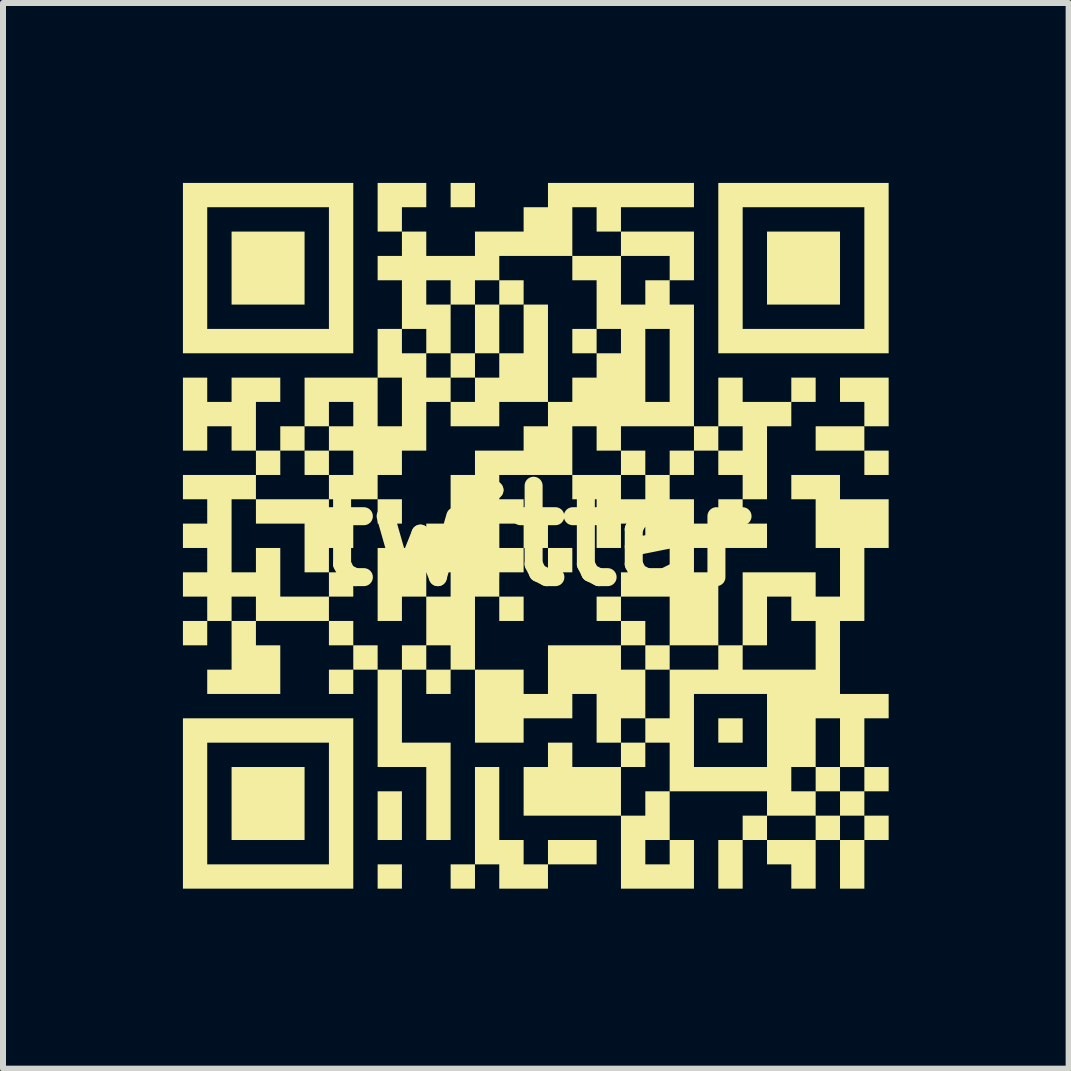
<source format=kicad_pcb>
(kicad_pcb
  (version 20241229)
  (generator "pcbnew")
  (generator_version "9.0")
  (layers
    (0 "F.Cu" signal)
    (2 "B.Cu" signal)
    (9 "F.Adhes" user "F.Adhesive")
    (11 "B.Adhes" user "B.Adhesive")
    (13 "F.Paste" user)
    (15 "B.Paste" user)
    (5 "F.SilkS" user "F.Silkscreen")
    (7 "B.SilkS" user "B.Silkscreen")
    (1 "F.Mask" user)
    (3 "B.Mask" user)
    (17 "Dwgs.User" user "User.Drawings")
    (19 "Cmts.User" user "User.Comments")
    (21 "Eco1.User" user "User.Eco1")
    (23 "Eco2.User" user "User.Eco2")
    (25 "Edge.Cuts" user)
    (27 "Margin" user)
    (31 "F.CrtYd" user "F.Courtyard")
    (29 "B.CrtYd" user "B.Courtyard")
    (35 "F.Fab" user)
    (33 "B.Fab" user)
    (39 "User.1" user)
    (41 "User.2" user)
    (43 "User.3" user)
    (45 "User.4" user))
  (footprint "twitter"
    (layer "F.Cu")
    (at 5.883 5.883)
    (property "Reference" "twitter" (at 0 0 0) (layer "F.SilkS") (effects (font (size 1.524 1.524) (thickness 0.3))))
    (attr board_only exclude_from_pos_files exclude_from_bom)
    (fp_poly (pts (xy -5.478 1.826) (xy -5.883 1.826) (xy -5.883 1.42) (xy -5.478 1.42)) (stroke (width 0) (type solid)) (fill yes) (layer "F.SilkS"))
    (fp_poly (pts (xy -4.26 -1.014) (xy -4.666 -1.014) (xy -4.666 -1.42) (xy -4.26 -1.42)) (stroke (width 0) (type solid)) (fill yes) (layer "F.SilkS"))
    (fp_poly (pts (xy -3.855 -3.855) (xy -5.072 -3.855) (xy -5.072 -5.072) (xy -3.855 -5.072)) (stroke (width 0) (type solid)) (fill yes) (layer "F.SilkS"))
    (fp_poly (pts (xy -3.855 -1.42) (xy -4.26 -1.42) (xy -4.26 -1.826) (xy -3.855 -1.826)) (stroke (width 0) (type solid)) (fill yes) (layer "F.SilkS"))
    (fp_poly (pts (xy -3.855 5.072) (xy -5.072 5.072) (xy -5.072 3.855) (xy -3.855 3.855)) (stroke (width 0) (type solid)) (fill yes) (layer "F.SilkS"))
    (fp_poly (pts (xy -3.449 -1.014) (xy -3.855 -1.014) (xy -3.855 -1.42) (xy -3.449 -1.42)) (stroke (width 0) (type solid)) (fill yes) (layer "F.SilkS"))
    (fp_poly (pts (xy -3.043 1.014) (xy -3.449 1.014) (xy -3.449 0.609) (xy -3.043 0.609)) (stroke (width 0) (type solid)) (fill yes) (layer "F.SilkS"))
    (fp_poly (pts (xy -3.043 1.826) (xy -3.449 1.826) (xy -3.449 1.42) (xy -3.043 1.42)) (stroke (width 0) (type solid)) (fill yes) (layer "F.SilkS"))
    (fp_poly (pts (xy -3.043 2.637) (xy -3.449 2.637) (xy -3.449 2.232) (xy -3.043 2.232)) (stroke (width 0) (type solid)) (fill yes) (layer "F.SilkS"))
    (fp_poly (pts (xy -2.637 2.232) (xy -3.043 2.232) (xy -3.043 1.826) (xy -2.637 1.826)) (stroke (width 0) (type solid)) (fill yes) (layer "F.SilkS"))
    (fp_poly (pts (xy -2.232 -0.203) (xy -2.637 -0.203) (xy -2.637 -0.609) (xy -2.232 -0.609)) (stroke (width 0) (type solid)) (fill yes) (layer "F.SilkS"))
    (fp_poly (pts (xy -2.232 5.072) (xy -2.637 5.072) (xy -2.637 4.26) (xy -2.232 4.26)) (stroke (width 0) (type solid)) (fill yes) (layer "F.SilkS"))
    (fp_poly (pts (xy -2.232 5.883) (xy -2.637 5.883) (xy -2.637 5.478) (xy -2.232 5.478)) (stroke (width 0) (type solid)) (fill yes) (layer "F.SilkS"))
    (fp_poly (pts (xy -1.014 -5.478) (xy -1.42 -5.478) (xy -1.42 -5.883) (xy -1.014 -5.883)) (stroke (width 0) (type solid)) (fill yes) (layer "F.SilkS"))
    (fp_poly (pts (xy -1.014 5.883) (xy -1.42 5.883) (xy -1.42 5.478) (xy -1.014 5.478)) (stroke (width 0) (type solid)) (fill yes) (layer "F.SilkS"))
    (fp_poly (pts (xy -0.203 1.42) (xy -0.609 1.42) (xy -0.609 1.014) (xy -0.203 1.014)) (stroke (width 0) (type solid)) (fill yes) (layer "F.SilkS"))
    (fp_poly (pts (xy 0.203 0.203) (xy -0.203 0.203) (xy -0.203 -0.203) (xy 0.203 -0.203)) (stroke (width 0) (type solid)) (fill yes) (layer "F.SilkS"))
    (fp_poly (pts (xy 0.609 0.609) (xy 0.203 0.609) (xy 0.203 0.203) (xy 0.609 0.203)) (stroke (width 0) (type solid)) (fill yes) (layer "F.SilkS"))
    (fp_poly (pts (xy 1.014 -3.043) (xy 0.609 -3.043) (xy 0.609 -3.449) (xy 1.014 -3.449)) (stroke (width 0) (type solid)) (fill yes) (layer "F.SilkS"))
    (fp_poly (pts (xy 1.014 5.478) (xy 0.203 5.478) (xy 0.203 5.072) (xy 1.014 5.072)) (stroke (width 0) (type solid)) (fill yes) (layer "F.SilkS"))
    (fp_poly (pts (xy 1.42 1.42) (xy 1.014 1.42) (xy 1.014 1.014) (xy 1.42 1.014)) (stroke (width 0) (type solid)) (fill yes) (layer "F.SilkS"))
    (fp_poly (pts (xy 1.826 -1.014) (xy 1.42 -1.014) (xy 1.42 -1.42) (xy 1.826 -1.42)) (stroke (width 0) (type solid)) (fill yes) (layer "F.SilkS"))
    (fp_poly (pts (xy 1.826 1.826) (xy 1.42 1.826) (xy 1.42 1.42) (xy 1.826 1.42)) (stroke (width 0) (type solid)) (fill yes) (layer "F.SilkS"))
    (fp_poly (pts (xy 2.232 2.232) (xy 1.826 2.232) (xy 1.826 1.826) (xy 2.232 1.826)) (stroke (width 0) (type solid)) (fill yes) (layer "F.SilkS"))
    (fp_poly (pts (xy 2.637 -1.014) (xy 2.232 -1.014) (xy 2.232 -1.42) (xy 2.637 -1.42)) (stroke (width 0) (type solid)) (fill yes) (layer "F.SilkS"))
    (fp_poly (pts (xy 3.449 3.449) (xy 3.043 3.449) (xy 3.043 3.043) (xy 3.449 3.043)) (stroke (width 0) (type solid)) (fill yes) (layer "F.SilkS"))
    (fp_poly (pts (xy 3.449 5.883) (xy 3.043 5.883) (xy 3.043 5.072) (xy 3.449 5.072)) (stroke (width 0) (type solid)) (fill yes) (layer "F.SilkS"))
    (fp_poly (pts (xy 4.666 -2.232) (xy 4.26 -2.232) (xy 4.26 -2.637) (xy 4.666 -2.637)) (stroke (width 0) (type solid)) (fill yes) (layer "F.SilkS"))
    (fp_poly (pts (xy 5.072 -3.855) (xy 3.855 -3.855) (xy 3.855 -5.072) (xy 5.072 -5.072)) (stroke (width 0) (type solid)) (fill yes) (layer "F.SilkS"))
    (fp_poly (pts (xy 5.072 4.26) (xy 4.666 4.26) (xy 4.666 3.855) (xy 5.072 3.855)) (stroke (width 0) (type solid)) (fill yes) (layer "F.SilkS"))
    (fp_poly (pts (xy 5.478 -1.42) (xy 4.666 -1.42) (xy 4.666 -1.826) (xy 5.478 -1.826)) (stroke (width 0) (type solid)) (fill yes) (layer "F.SilkS"))
    (fp_poly (pts (xy 5.883 -1.014) (xy 5.478 -1.014) (xy 5.478 -1.42) (xy 5.883 -1.42)) (stroke (width 0) (type solid)) (fill yes) (layer "F.SilkS"))
    (fp_poly (pts (xy -1.826 -5.478) (xy -2.232 -5.478) (xy -2.232 -5.072) (xy -2.637 -5.072) (xy -2.637 -5.883) (xy -1.826 -5.883)) (stroke (width 0) (type solid)) (fill yes) (layer "F.SilkS"))
    (fp_poly (pts (xy 5.883 -1.826) (xy 5.478 -1.826) (xy 5.478 -2.232) (xy 5.072 -2.232) (xy 5.072 -2.637) (xy 5.883 -2.637)) (stroke (width 0) (type solid)) (fill yes) (layer "F.SilkS"))
    (fp_poly (pts (xy -2.232 3.449) (xy -1.42 3.449) (xy -1.42 5.072) (xy -1.826 5.072) (xy -1.826 3.855) (xy -2.637 3.855) (xy -2.637 2.232) (xy -2.232 2.232)) (stroke (width 0) (type solid)) (fill yes) (layer "F.SilkS"))
    (fp_poly (pts (xy -3.449 -0.203) (xy -3.043 -0.203) (xy -3.043 0.203) (xy -3.449 0.203) (xy -3.449 0.609) (xy -3.855 0.609) (xy -3.855 -0.203) (xy -4.666 -0.203) (xy -4.666 -0.609) (xy -3.449 -0.609)) (stroke (width 0) (type solid)) (fill yes) (layer "F.SilkS"))
    (fp_poly (pts (xy -1.014 3.855) (xy -0.609 3.855) (xy -0.609 5.072) (xy -0.203 5.072) (xy -0.203 5.478) (xy 0.203 5.478) (xy 0.203 5.883) (xy -0.609 5.883) (xy -0.609 5.478) (xy -1.014 5.478)) (stroke (width 0) (type solid)) (fill yes) (layer "F.SilkS"))
    (fp_poly (pts (xy -3.043 -3.043) (xy -5.883 -3.043) (xy -5.883 -3.449) (xy -5.478 -3.449) (xy -3.449 -3.449) (xy -3.449 -5.478) (xy -5.478 -5.478) (xy -5.478 -3.449) (xy -5.883 -3.449) (xy -5.883 -5.883) (xy -3.043 -5.883)) (stroke (width 0) (type solid)) (fill yes) (layer "F.SilkS"))
    (fp_poly (pts (xy -3.043 5.883) (xy -5.883 5.883) (xy -5.883 5.478) (xy -5.478 5.478) (xy -3.449 5.478) (xy -3.449 3.449) (xy -5.478 3.449) (xy -5.478 5.478) (xy -5.883 5.478) (xy -5.883 3.043) (xy -3.043 3.043)) (stroke (width 0) (type solid)) (fill yes) (layer "F.SilkS"))
    (fp_poly (pts (xy 5.883 -3.043) (xy 3.043 -3.043) (xy 3.043 -3.449) (xy 3.449 -3.449) (xy 5.478 -3.449) (xy 5.478 -5.478) (xy 3.449 -5.478) (xy 3.449 -3.449) (xy 3.043 -3.449) (xy 3.043 -5.883) (xy 5.883 -5.883)) (stroke (width 0) (type solid)) (fill yes) (layer "F.SilkS"))
    (fp_poly (pts (xy -5.478 -2.232) (xy -5.072 -2.232) (xy -5.072 -2.637) (xy -4.26 -2.637) (xy -4.26 -2.232) (xy -4.666 -2.232) (xy -4.666 -1.42) (xy -5.072 -1.42) (xy -5.072 -1.826) (xy -5.478 -1.826) (xy -5.478 -1.42) (xy -5.883 -1.42) (xy -5.883 -2.637) (xy -5.478 -2.637)) (stroke (width 0) (type solid)) (fill yes) (layer "F.SilkS"))
    (fp_poly (pts (xy 3.449 -2.232) (xy 4.26 -2.232) (xy 4.26 -1.826) (xy 3.855 -1.826) (xy 3.855 -0.609) (xy 3.449 -0.609) (xy 3.449 -1.014) (xy 3.043 -1.014) (xy 3.043 -1.42) (xy 3.449 -1.42) (xy 3.449 -1.826) (xy 3.043 -1.826) (xy 3.043 -1.42) (xy 2.637 -1.42) (xy 2.637 -1.826) (xy 3.043 -1.826) (xy 3.043 -2.637) (xy 3.449 -2.637)) (stroke (width 0) (type solid)) (fill yes) (layer "F.SilkS"))
    (fp_poly (pts (xy 0.203 -3.855) (xy 0.203 -2.232) (xy -0.609 -2.232) (xy -0.609 -1.826) (xy -1.42 -1.826) (xy -1.42 -2.232) (xy -1.014 -2.232) (xy -1.014 -2.637) (xy -0.609 -2.637) (xy -0.609 -3.043) (xy -0.203 -3.043) (xy -0.203 -3.855) (xy -0.609 -3.855) (xy -0.609 -3.043) (xy -1.014 -3.043) (xy -1.014 -2.637) (xy -1.42 -2.637) (xy -1.42 -3.043) (xy -1.014 -3.043) (xy -1.014 -3.855) (xy -0.609 -3.855) (xy -0.609 -4.26) (xy -0.203 -4.26) (xy -0.203 -3.855)) (stroke (width 0) (type solid)) (fill yes) (layer "F.SilkS"))
    (fp_poly (pts (xy 1.42 -0.609) (xy 1.826 -0.609) (xy 1.826 -1.014) (xy 2.232 -1.014) (xy 2.232 -0.609) (xy 2.637 -0.609) (xy 2.637 -0.203) (xy 3.043 -0.203) (xy 3.043 -0.609) (xy 3.449 -0.609) (xy 3.449 -0.203) (xy 3.855 -0.203) (xy 3.855 0.203) (xy 2.637 0.203) (xy 2.637 0.609) (xy 3.043 0.609) (xy 3.043 1.826) (xy 2.232 1.826) (xy 2.232 1.014) (xy 1.42 1.014) (xy 1.42 0.609) (xy 2.232 0.609) (xy 2.232 0.203) (xy 1.826 0.203) (xy 1.826 -0.203) (xy 1.42 -0.203) (xy 1.42 0.203) (xy 1.014 0.203) (xy 1.014 -0.609) (xy 0.609 -0.609) (xy 0.609 -1.014) (xy 1.42 -1.014)) (stroke (width 0) (type solid)) (fill yes) (layer "F.SilkS"))
    (fp_poly (pts (xy -5.478 1.014) (xy -5.883 1.014) (xy -5.883 0.609) (xy -5.478 0.609) (xy -5.478 0.203) (xy -5.883 0.203) (xy -5.883 -0.203) (xy -5.478 -0.203) (xy -5.478 -0.609) (xy -5.883 -0.609) (xy -5.883 -1.014) (xy -4.666 -1.014) (xy -4.666 -0.609) (xy -5.072 -0.609) (xy -5.072 0.609) (xy -4.666 0.609) (xy -4.666 0.203) (xy -4.26 0.203) (xy -4.26 1.014) (xy -3.449 1.014) (xy -3.449 1.42) (xy -4.666 1.42) (xy -4.666 1.826) (xy -4.26 1.826) (xy -4.26 2.637) (xy -5.478 2.637) (xy -5.478 2.232) (xy -5.072 2.232) (xy -5.072 1.42) (xy -4.666 1.42) (xy -4.666 1.014) (xy -5.072 1.014) (xy -5.072 1.42) (xy -5.478 1.42)) (stroke (width 0) (type solid)) (fill yes) (layer "F.SilkS"))
    (fp_poly (pts (xy 3.449 4.666) (xy 3.855 4.666) (xy 3.855 4.26) (xy 4.26 4.26) (xy 4.666 4.26) (xy 4.666 4.666) (xy 5.072 4.666) (xy 5.072 4.26) (xy 5.478 4.26) (xy 5.478 3.855) (xy 5.072 3.855) (xy 5.072 3.043) (xy 4.666 3.043) (xy 4.666 3.855) (xy 4.26 3.855) (xy 4.26 4.26) (xy 3.855 4.26) (xy 2.232 4.26) (xy 2.232 5.072) (xy 2.637 5.072) (xy 2.637 5.883) (xy 1.42 5.883) (xy 1.42 5.478) (xy 1.826 5.478) (xy 2.232 5.478) (xy 2.232 5.072) (xy 1.826 5.072) (xy 1.826 5.478) (xy 1.42 5.478) (xy 1.42 4.666) (xy 1.826 4.666) (xy 1.826 4.26) (xy 2.232 4.26) (xy 2.232 3.855) (xy 2.637 3.855) (xy 3.855 3.855) (xy 3.855 2.637) (xy 2.637 2.637) (xy 2.637 3.855) (xy 2.232 3.855) (xy 2.232 3.449) (xy 1.826 3.449) (xy 1.826 3.855) (xy 1.42 3.855) (xy 1.42 4.666) (xy -0.203 4.666) (xy -0.203 3.855) (xy 0.203 3.855) (xy 0.203 3.449) (xy 0.609 3.449) (xy 0.609 3.855) (xy 1.42 3.855) (xy 1.42 3.449) (xy 1.826 3.449) (xy 1.826 3.043) (xy 1.42 3.043) (xy 1.42 3.449) (xy 1.014 3.449) (xy 1.014 2.637) (xy 0.609 2.637) (xy 0.609 3.043) (xy -0.203 3.043) (xy -0.203 3.449) (xy -1.014 3.449) (xy -1.014 2.232) (xy -0.203 2.232) (xy -0.203 2.637) (xy 0.203 2.637) (xy 0.203 1.826) (xy 1.42 1.826) (xy 1.42 2.232) (xy 1.826 2.232) (xy 1.826 3.043) (xy 2.232 3.043) (xy 2.232 2.232) (xy 3.043 2.232) (xy 3.449 2.232) (xy 4.666 2.232) (xy 4.666 1.42) (xy 4.26 1.42) (xy 4.26 1.014) (xy 3.855 1.014) (xy 3.855 1.826) (xy 3.449 1.826) (xy 3.449 2.232) (xy 3.043 2.232) (xy 3.043 1.826) (xy 3.449 1.826) (xy 3.449 0.609) (xy 4.666 0.609) (xy 4.666 1.014) (xy 5.072 1.014) (xy 5.072 0.203) (xy 4.666 0.203) (xy 4.666 -0.609) (xy 4.26 -0.609) (xy 4.26 -1.014) (xy 5.072 -1.014) (xy 5.072 -0.609) (xy 5.883 -0.609) (xy 5.883 0.203) (xy 5.478 0.203) (xy 5.478 1.42) (xy 5.072 1.42) (xy 5.072 2.637) (xy 5.883 2.637) (xy 5.883 3.043) (xy 5.478 3.043) (xy 5.478 3.855) (xy 5.883 3.855) (xy 5.883 4.26) (xy 5.478 4.26) (xy 5.478 4.666) (xy 5.883 4.666) (xy 5.883 5.072) (xy 5.478 5.072) (xy 5.478 5.883) (xy 5.072 5.883) (xy 5.072 5.072) (xy 5.478 5.072) (xy 5.478 4.666) (xy 5.072 4.666) (xy 5.072 5.072) (xy 4.666 5.072) (xy 4.666 5.883) (xy 4.26 5.883) (xy 4.26 5.478) (xy 3.855 5.478) (xy 3.855 5.072) (xy 4.666 5.072) (xy 4.666 4.666) (xy 3.855 4.666) (xy 3.855 5.072) (xy 3.449 5.072)) (stroke (width 0) (type solid)) (fill yes) (layer "F.SilkS"))
    (fp_poly (pts (xy -3.855 -2.637) (xy -2.637 -2.637) (xy -2.637 -3.043) (xy -2.232 -3.043) (xy -1.826 -3.043) (xy -1.826 -3.449) (xy -2.232 -3.449) (xy -2.232 -3.043) (xy -2.637 -3.043) (xy -2.637 -3.449) (xy -2.232 -3.449) (xy -2.232 -3.855) (xy -1.826 -3.855) (xy -1.42 -3.855) (xy -1.42 -4.26) (xy -1.826 -4.26) (xy -1.826 -3.855) (xy -2.232 -3.855) (xy -2.232 -4.26) (xy -2.637 -4.26) (xy -2.637 -4.666) (xy -2.232 -4.666) (xy -2.232 -5.072) (xy -1.826 -5.072) (xy -1.826 -4.666) (xy -1.014 -4.666) (xy -1.014 -5.072) (xy -0.203 -5.072) (xy -0.203 -5.478) (xy 0.203 -5.478) (xy 0.203 -5.883) (xy 2.637 -5.883) (xy 2.637 -5.478) (xy 1.42 -5.478) (xy 1.42 -5.072) (xy 2.637 -5.072) (xy 2.637 -4.26) (xy 2.232 -4.26) (xy 2.232 -3.855) (xy 2.637 -3.855) (xy 2.637 -1.826) (xy 1.42 -1.826) (xy 1.42 -1.42) (xy 1.014 -1.42) (xy 1.014 -1.826) (xy 0.609 -1.826) (xy 0.609 -1.014) (xy -0.609 -1.014) (xy -0.609 -0.609) (xy -0.203 -0.609) (xy -0.203 -0.203) (xy -0.609 -0.203) (xy -0.609 0.203) (xy -0.203 0.203) (xy -0.203 0.609) (xy -0.609 0.609) (xy -0.609 1.014) (xy -1.014 1.014) (xy -1.014 2.232) (xy -1.42 2.232) (xy -1.42 2.637) (xy -1.826 2.637) (xy -1.826 2.232) (xy -1.42 2.232) (xy -1.42 1.826) (xy -1.826 1.826) (xy -1.826 2.232) (xy -2.232 2.232) (xy -2.232 1.826) (xy -1.826 1.826) (xy -1.826 1.014) (xy -1.42 1.014) (xy -1.42 0.609) (xy -1.826 0.609) (xy -1.826 1.014) (xy -2.232 1.014) (xy -2.232 1.42) (xy -2.637 1.42) (xy -2.637 0.203) (xy -1.826 0.203) (xy -1.826 -0.203) (xy -1.42 -0.203) (xy -1.42 -1.014) (xy -1.014 -1.014) (xy -1.014 -1.42) (xy -0.203 -1.42) (xy -0.203 -1.826) (xy 0.203 -1.826) (xy 0.203 -2.232) (xy 0.609 -2.232) (xy 1.826 -2.232) (xy 2.232 -2.232) (xy 2.232 -3.449) (xy 1.826 -3.449) (xy 1.826 -2.232) (xy 0.609 -2.232) (xy 0.609 -2.637) (xy 1.014 -2.637) (xy 1.014 -3.043) (xy 1.42 -3.043) (xy 1.42 -3.449) (xy 1.014 -3.449) (xy 1.014 -3.855) (xy 1.42 -3.855) (xy 1.826 -3.855) (xy 1.826 -4.26) (xy 2.232 -4.26) (xy 2.232 -4.666) (xy 1.42 -4.666) (xy 1.42 -3.855) (xy 1.014 -3.855) (xy 1.014 -4.26) (xy 0.609 -4.26) (xy 0.609 -4.666) (xy 1.42 -4.666) (xy 1.42 -5.072) (xy 1.014 -5.072) (xy 1.014 -5.478) (xy 0.609 -5.478) (xy 0.609 -4.666) (xy -0.609 -4.666) (xy -0.609 -4.26) (xy -1.014 -4.26) (xy -1.014 -3.855) (xy -1.42 -3.855) (xy -1.42 -3.043) (xy -1.826 -3.043) (xy -1.826 -2.637) (xy -1.42 -2.637) (xy -1.42 -2.232) (xy -1.826 -2.232) (xy -1.826 -1.42) (xy -2.232 -1.42) (xy -2.232 -1.014) (xy -2.637 -1.014) (xy -2.637 -0.609) (xy -3.449 -0.609) (xy -3.449 -1.014) (xy -3.043 -1.014) (xy -3.043 -1.42) (xy -3.449 -1.42) (xy -3.449 -1.826) (xy -3.043 -1.826) (xy -2.637 -1.826) (xy -2.232 -1.826) (xy -2.232 -2.637) (xy -2.637 -2.637) (xy -2.637 -1.826) (xy -3.043 -1.826) (xy -3.043 -2.232) (xy -3.449 -2.232) (xy -3.449 -1.826) (xy -3.855 -1.826)) (stroke (width 0) (type solid)) (fill yes) (layer "F.SilkS")))
  (gr_rect
    (start -3 -3)
    (end 14.767 14.767)
    (stroke (width 0.1) (type default))
    (fill no)
    (layer "Edge.Cuts")))
</source>
